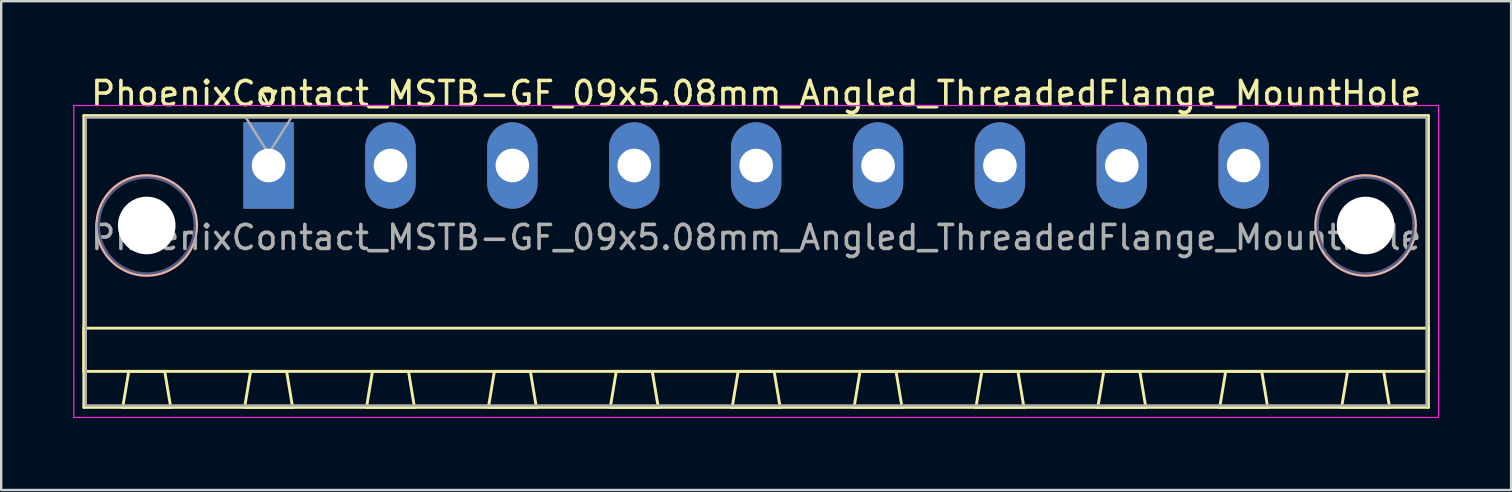
<source format=kicad_pcb>
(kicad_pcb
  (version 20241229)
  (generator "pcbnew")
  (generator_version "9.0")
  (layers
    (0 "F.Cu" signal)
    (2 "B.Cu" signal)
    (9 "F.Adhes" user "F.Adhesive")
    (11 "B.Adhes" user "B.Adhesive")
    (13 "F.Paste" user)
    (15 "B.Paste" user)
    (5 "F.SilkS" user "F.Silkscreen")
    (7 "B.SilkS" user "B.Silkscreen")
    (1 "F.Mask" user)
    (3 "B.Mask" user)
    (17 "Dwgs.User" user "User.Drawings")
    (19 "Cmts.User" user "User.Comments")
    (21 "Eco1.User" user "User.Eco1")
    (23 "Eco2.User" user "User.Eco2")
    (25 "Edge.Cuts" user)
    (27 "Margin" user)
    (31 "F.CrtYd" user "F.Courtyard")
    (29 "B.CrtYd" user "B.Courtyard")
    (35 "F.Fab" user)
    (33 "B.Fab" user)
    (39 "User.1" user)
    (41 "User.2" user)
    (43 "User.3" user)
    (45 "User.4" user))
  (footprint "PhoenixContact_MSTB-GF_09x5.08mm_Angled_ThreadedFlange_MountHole"
    (layer "F.Cu")
    (at 8.145 3.848)
    (property "Reference" "PhoenixContact_MSTB-GF_09x5.08mm_Angled_ThreadedFlange_MountHole" (at 20.32 -3 0) (layer "F.SilkS") (effects (font (size 1 1) (thickness 0.15))))
    (attr through_hole)
    (fp_line (start -7.7 -2.08) (end -7.7 10.08) (stroke (width 0.12) (type solid)) (layer "F.SilkS"))
    (fp_line (start -7.7 6.78) (end 48.34 6.78) (stroke (width 0.12) (type solid)) (layer "F.SilkS"))
    (fp_line (start -7.7 8.58) (end -7.7 6.78) (stroke (width 0.12) (type solid)) (layer "F.SilkS"))
    (fp_line (start -7.7 10.08) (end 48.34 10.08) (stroke (width 0.12) (type solid)) (layer "F.SilkS"))
    (fp_line (start -6.08 10.08) (end -4.08 10.08) (stroke (width 0.12) (type solid)) (layer "F.SilkS"))
    (fp_line (start -5.83 8.58) (end -6.08 10.08) (stroke (width 0.12) (type solid)) (layer "F.SilkS"))
    (fp_line (start -4.33 8.58) (end -5.83 8.58) (stroke (width 0.12) (type solid)) (layer "F.SilkS"))
    (fp_line (start -4.08 10.08) (end -4.33 8.58) (stroke (width 0.12) (type solid)) (layer "F.SilkS"))
    (fp_line (start -1 10.08) (end 1 10.08) (stroke (width 0.12) (type solid)) (layer "F.SilkS"))
    (fp_line (start -0.75 8.58) (end -1 10.08) (stroke (width 0.12) (type solid)) (layer "F.SilkS"))
    (fp_line (start -0.3 -3.1) (end 0.3 -3.1) (stroke (width 0.12) (type solid)) (layer "F.SilkS"))
    (fp_line (start 0 -2.5) (end -0.3 -3.1) (stroke (width 0.12) (type solid)) (layer "F.SilkS"))
    (fp_line (start 0.3 -3.1) (end 0 -2.5) (stroke (width 0.12) (type solid)) (layer "F.SilkS"))
    (fp_line (start 0.75 8.58) (end -0.75 8.58) (stroke (width 0.12) (type solid)) (layer "F.SilkS"))
    (fp_line (start 1 10.08) (end 0.75 8.58) (stroke (width 0.12) (type solid)) (layer "F.SilkS"))
    (fp_line (start 4.08 10.08) (end 6.08 10.08) (stroke (width 0.12) (type solid)) (layer "F.SilkS"))
    (fp_line (start 4.33 8.58) (end 4.08 10.08) (stroke (width 0.12) (type solid)) (layer "F.SilkS"))
    (fp_line (start 5.83 8.58) (end 4.33 8.58) (stroke (width 0.12) (type solid)) (layer "F.SilkS"))
    (fp_line (start 6.08 10.08) (end 5.83 8.58) (stroke (width 0.12) (type solid)) (layer "F.SilkS"))
    (fp_line (start 9.16 10.08) (end 11.16 10.08) (stroke (width 0.12) (type solid)) (layer "F.SilkS"))
    (fp_line (start 9.41 8.58) (end 9.16 10.08) (stroke (width 0.12) (type solid)) (layer "F.SilkS"))
    (fp_line (start 10.91 8.58) (end 9.41 8.58) (stroke (width 0.12) (type solid)) (layer "F.SilkS"))
    (fp_line (start 11.16 10.08) (end 10.91 8.58) (stroke (width 0.12) (type solid)) (layer "F.SilkS"))
    (fp_line (start 14.24 10.08) (end 16.24 10.08) (stroke (width 0.12) (type solid)) (layer "F.SilkS"))
    (fp_line (start 14.49 8.58) (end 14.24 10.08) (stroke (width 0.12) (type solid)) (layer "F.SilkS"))
    (fp_line (start 15.99 8.58) (end 14.49 8.58) (stroke (width 0.12) (type solid)) (layer "F.SilkS"))
    (fp_line (start 16.24 10.08) (end 15.99 8.58) (stroke (width 0.12) (type solid)) (layer "F.SilkS"))
    (fp_line (start 19.32 10.08) (end 21.32 10.08) (stroke (width 0.12) (type solid)) (layer "F.SilkS"))
    (fp_line (start 19.57 8.58) (end 19.32 10.08) (stroke (width 0.12) (type solid)) (layer "F.SilkS"))
    (fp_line (start 21.07 8.58) (end 19.57 8.58) (stroke (width 0.12) (type solid)) (layer "F.SilkS"))
    (fp_line (start 21.32 10.08) (end 21.07 8.58) (stroke (width 0.12) (type solid)) (layer "F.SilkS"))
    (fp_line (start 24.4 10.08) (end 26.4 10.08) (stroke (width 0.12) (type solid)) (layer "F.SilkS"))
    (fp_line (start 24.65 8.58) (end 24.4 10.08) (stroke (width 0.12) (type solid)) (layer "F.SilkS"))
    (fp_line (start 26.15 8.58) (end 24.65 8.58) (stroke (width 0.12) (type solid)) (layer "F.SilkS"))
    (fp_line (start 26.4 10.08) (end 26.15 8.58) (stroke (width 0.12) (type solid)) (layer "F.SilkS"))
    (fp_line (start 29.48 10.08) (end 31.48 10.08) (stroke (width 0.12) (type solid)) (layer "F.SilkS"))
    (fp_line (start 29.73 8.58) (end 29.48 10.08) (stroke (width 0.12) (type solid)) (layer "F.SilkS"))
    (fp_line (start 31.23 8.58) (end 29.73 8.58) (stroke (width 0.12) (type solid)) (layer "F.SilkS"))
    (fp_line (start 31.48 10.08) (end 31.23 8.58) (stroke (width 0.12) (type solid)) (layer "F.SilkS"))
    (fp_line (start 34.56 10.08) (end 36.56 10.08) (stroke (width 0.12) (type solid)) (layer "F.SilkS"))
    (fp_line (start 34.81 8.58) (end 34.56 10.08) (stroke (width 0.12) (type solid)) (layer "F.SilkS"))
    (fp_line (start 36.31 8.58) (end 34.81 8.58) (stroke (width 0.12) (type solid)) (layer "F.SilkS"))
    (fp_line (start 36.56 10.08) (end 36.31 8.58) (stroke (width 0.12) (type solid)) (layer "F.SilkS"))
    (fp_line (start 39.64 10.08) (end 41.64 10.08) (stroke (width 0.12) (type solid)) (layer "F.SilkS"))
    (fp_line (start 39.89 8.58) (end 39.64 10.08) (stroke (width 0.12) (type solid)) (layer "F.SilkS"))
    (fp_line (start 41.39 8.58) (end 39.89 8.58) (stroke (width 0.12) (type solid)) (layer "F.SilkS"))
    (fp_line (start 41.64 10.08) (end 41.39 8.58) (stroke (width 0.12) (type solid)) (layer "F.SilkS"))
    (fp_line (start 44.72 10.08) (end 46.72 10.08) (stroke (width 0.12) (type solid)) (layer "F.SilkS"))
    (fp_line (start 44.97 8.58) (end 44.72 10.08) (stroke (width 0.12) (type solid)) (layer "F.SilkS"))
    (fp_line (start 46.47 8.58) (end 44.97 8.58) (stroke (width 0.12) (type solid)) (layer "F.SilkS"))
    (fp_line (start 46.72 10.08) (end 46.47 8.58) (stroke (width 0.12) (type solid)) (layer "F.SilkS"))
    (fp_line (start 48.34 -2.08) (end -7.7 -2.08) (stroke (width 0.12) (type solid)) (layer "F.SilkS"))
    (fp_line (start 48.34 6.78) (end 48.34 8.58) (stroke (width 0.12) (type solid)) (layer "F.SilkS"))
    (fp_line (start 48.34 8.58) (end -7.7 8.58) (stroke (width 0.12) (type solid)) (layer "F.SilkS"))
    (fp_line (start 48.34 10.08) (end 48.34 -2.08) (stroke (width 0.12) (type solid)) (layer "F.SilkS"))
    (fp_circle (center -5.08 2.5) (end -3 2.5) (stroke (width 0.12) (type solid)) (fill no) (layer "B.SilkS"))
    (fp_circle (center 45.72 2.5) (end 47.8 2.5) (stroke (width 0.12) (type solid)) (fill no) (layer "B.SilkS"))
    (fp_line (start -8.12 -2.5) (end -8.12 10.5) (stroke (width 0.05) (type solid)) (layer "F.CrtYd"))
    (fp_line (start -8.12 10.5) (end 48.76 10.5) (stroke (width 0.05) (type solid)) (layer "F.CrtYd"))
    (fp_line (start 48.76 -2.5) (end -8.12 -2.5) (stroke (width 0.05) (type solid)) (layer "F.CrtYd"))
    (fp_line (start 48.76 10.5) (end 48.76 -2.5) (stroke (width 0.05) (type solid)) (layer "F.CrtYd"))
    (fp_circle (center -5.08 2.5) (end -3.08 2.5) (stroke (width 0.1) (type solid)) (fill no) (layer "B.Fab"))
    (fp_circle (center 45.72 2.5) (end 47.72 2.5) (stroke (width 0.1) (type solid)) (fill no) (layer "B.Fab"))
    (fp_line (start -7.62 -2) (end -7.62 10) (stroke (width 0.1) (type solid)) (layer "F.Fab"))
    (fp_line (start -7.62 10) (end 48.26 10) (stroke (width 0.1) (type solid)) (layer "F.Fab"))
    (fp_line (start 0 -0.5) (end -0.95 -2) (stroke (width 0.1) (type solid)) (layer "F.Fab"))
    (fp_line (start 0.95 -2) (end 0 -0.5) (stroke (width 0.1) (type solid)) (layer "F.Fab"))
    (fp_line (start 48.26 -2) (end -7.62 -2) (stroke (width 0.1) (type solid)) (layer "F.Fab"))
    (fp_line (start 48.26 10) (end 48.26 -2) (stroke (width 0.1) (type solid)) (layer "F.Fab"))
    (fp_text user "${REFERENCE}" (at 20.32 3 0) (layer "F.Fab") (effects (font (size 1 1) (thickness 0.15))))
    (pad "" np_thru_hole circle (at -5.08 2.5) (size 2.4 2.4) (drill 2.4) (layers "*.Cu" "*.Mask"))
    (pad "" np_thru_hole circle (at 45.72 2.5) (size 2.4 2.4) (drill 2.4) (layers "*.Cu" "*.Mask"))
    (pad "1" thru_hole rect (at 0 0) (size 2.1 3.6) (drill 1.4) (layers "*.Cu" "*.Mask"))
    (pad "2" thru_hole oval (at 5.08 0) (size 2.1 3.6) (drill 1.4) (layers "*.Cu" "*.Mask"))
    (pad "3" thru_hole oval (at 10.16 0) (size 2.1 3.6) (drill 1.4) (layers "*.Cu" "*.Mask"))
    (pad "4" thru_hole oval (at 15.24 0) (size 2.1 3.6) (drill 1.4) (layers "*.Cu" "*.Mask"))
    (pad "5" thru_hole oval (at 20.32 0) (size 2.1 3.6) (drill 1.4) (layers "*.Cu" "*.Mask"))
    (pad "6" thru_hole oval (at 25.4 0) (size 2.1 3.6) (drill 1.4) (layers "*.Cu" "*.Mask"))
    (pad "7" thru_hole oval (at 30.48 0) (size 2.1 3.6) (drill 1.4) (layers "*.Cu" "*.Mask"))
    (pad "8" thru_hole oval (at 35.56 0) (size 2.1 3.6) (drill 1.4) (layers "*.Cu" "*.Mask"))
    (pad "9" thru_hole oval (at 40.64 0) (size 2.1 3.6) (drill 1.4) (layers "*.Cu" "*.Mask")))
  (gr_rect
    (start -3 -3)
    (end 59.93 17.373)
    (stroke (width 0.1) (type default))
    (fill no)
    (layer "Edge.Cuts")))
</source>
